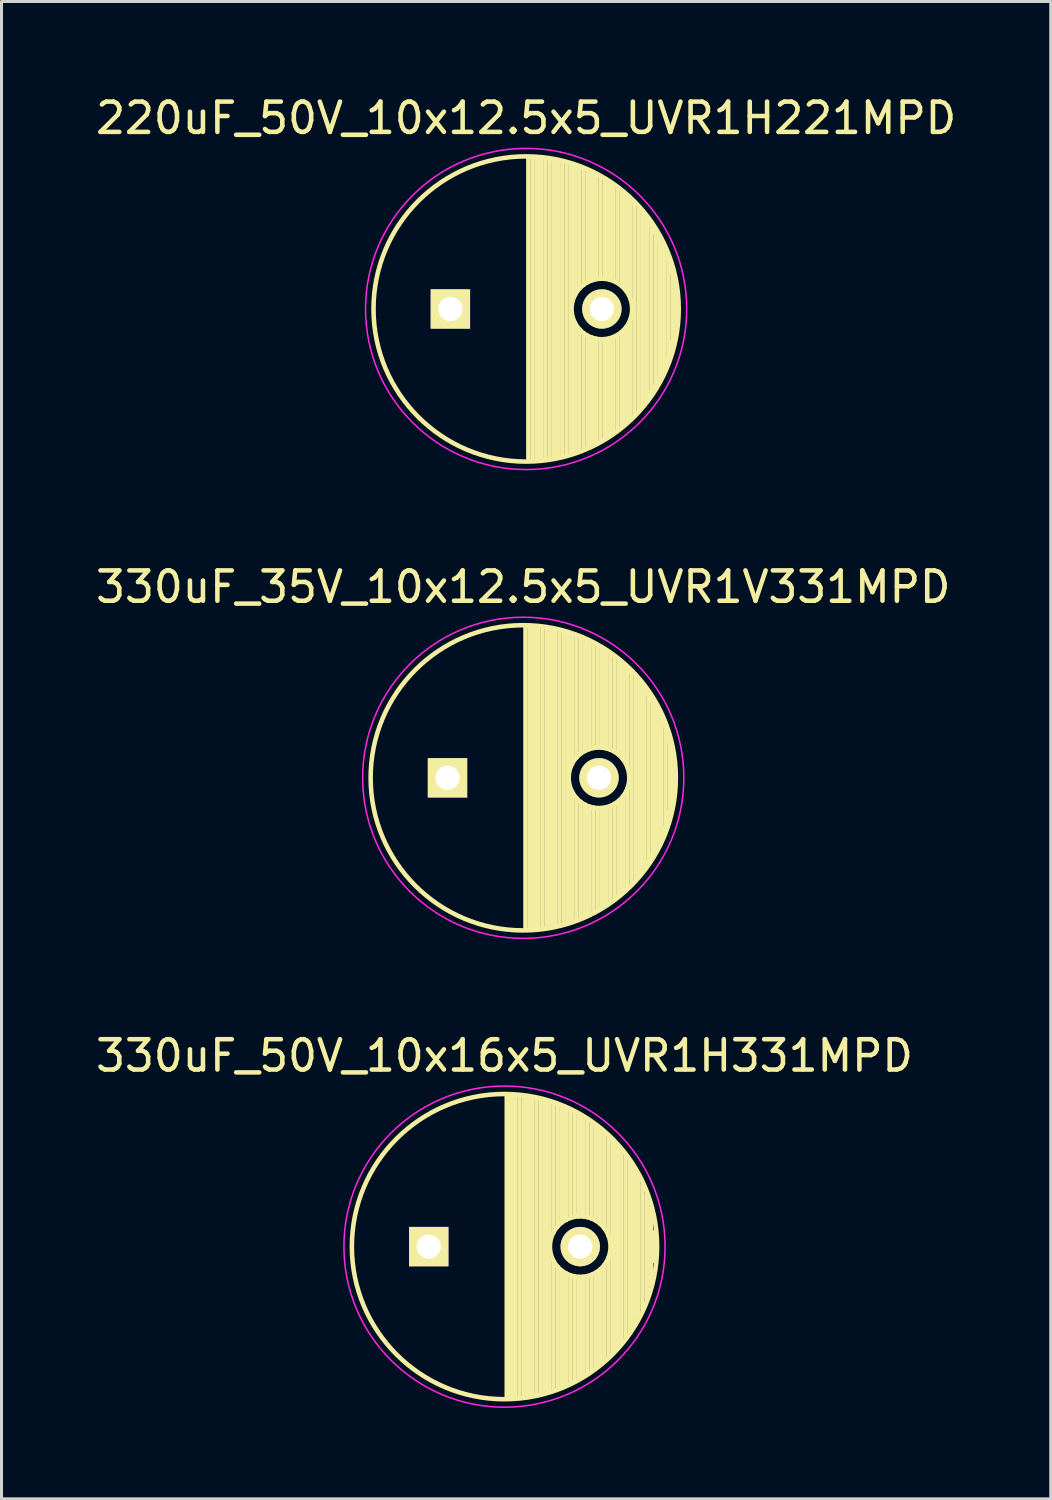
<source format=kicad_pcb>
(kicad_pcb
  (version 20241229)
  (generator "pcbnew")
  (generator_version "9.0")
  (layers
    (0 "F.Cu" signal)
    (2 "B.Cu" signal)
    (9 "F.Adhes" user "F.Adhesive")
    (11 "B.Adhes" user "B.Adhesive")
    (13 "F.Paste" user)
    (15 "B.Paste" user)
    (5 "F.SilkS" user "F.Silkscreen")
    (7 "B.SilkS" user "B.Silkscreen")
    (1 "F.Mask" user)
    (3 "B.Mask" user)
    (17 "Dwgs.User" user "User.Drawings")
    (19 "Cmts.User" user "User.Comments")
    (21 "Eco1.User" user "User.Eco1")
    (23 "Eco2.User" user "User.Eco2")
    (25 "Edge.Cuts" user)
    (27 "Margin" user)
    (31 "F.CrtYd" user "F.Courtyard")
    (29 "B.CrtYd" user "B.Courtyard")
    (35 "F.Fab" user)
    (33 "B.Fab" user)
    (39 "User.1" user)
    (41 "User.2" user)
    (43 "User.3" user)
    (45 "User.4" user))
  (footprint "330uF_50V_10x16x5_UVR1H331MPD"
    (layer "F.Cu")
    (at 13.601 38.095)
    (property "Reference" "330uF_50V_10x16x5_UVR1H331MPD" (at 0 -6.3 0) (layer "F.SilkS") (effects (font (size 1 1) (thickness 0.15))))
    (attr through_hole)
    (fp_line (start 0.075 -4.999) (end 0.075 4.999) (stroke (width 0.15) (type solid)) (layer "F.SilkS"))
    (fp_line (start 0.215 -4.995) (end 0.215 4.995) (stroke (width 0.15) (type solid)) (layer "F.SilkS"))
    (fp_line (start 0.355 -4.987) (end 0.355 4.987) (stroke (width 0.15) (type solid)) (layer "F.SilkS"))
    (fp_line (start 0.495 -4.975) (end 0.495 4.975) (stroke (width 0.15) (type solid)) (layer "F.SilkS"))
    (fp_line (start 0.635 -4.96) (end 0.635 4.96) (stroke (width 0.15) (type solid)) (layer "F.SilkS"))
    (fp_line (start 0.775 -4.94) (end 0.775 4.94) (stroke (width 0.15) (type solid)) (layer "F.SilkS"))
    (fp_line (start 0.915 -4.916) (end 0.915 4.916) (stroke (width 0.15) (type solid)) (layer "F.SilkS"))
    (fp_line (start 1.055 -4.887) (end 1.055 4.887) (stroke (width 0.15) (type solid)) (layer "F.SilkS"))
    (fp_line (start 1.195 -4.855) (end 1.195 4.855) (stroke (width 0.15) (type solid)) (layer "F.SilkS"))
    (fp_line (start 1.335 -4.818) (end 1.335 4.818) (stroke (width 0.15) (type solid)) (layer "F.SilkS"))
    (fp_line (start 1.475 -4.777) (end 1.475 4.777) (stroke (width 0.15) (type solid)) (layer "F.SilkS"))
    (fp_line (start 1.615 -4.732) (end 1.615 -0.466) (stroke (width 0.15) (type solid)) (layer "F.SilkS"))
    (fp_line (start 1.615 0.466) (end 1.615 4.732) (stroke (width 0.15) (type solid)) (layer "F.SilkS"))
    (fp_line (start 1.755 -4.682) (end 1.755 -0.667) (stroke (width 0.15) (type solid)) (layer "F.SilkS"))
    (fp_line (start 1.755 0.667) (end 1.755 4.682) (stroke (width 0.15) (type solid)) (layer "F.SilkS"))
    (fp_line (start 1.895 -4.627) (end 1.895 -0.796) (stroke (width 0.15) (type solid)) (layer "F.SilkS"))
    (fp_line (start 1.895 0.796) (end 1.895 4.627) (stroke (width 0.15) (type solid)) (layer "F.SilkS"))
    (fp_line (start 2.035 -4.567) (end 2.035 -0.885) (stroke (width 0.15) (type solid)) (layer "F.SilkS"))
    (fp_line (start 2.035 0.885) (end 2.035 4.567) (stroke (width 0.15) (type solid)) (layer "F.SilkS"))
    (fp_line (start 2.175 -4.502) (end 2.175 -0.946) (stroke (width 0.15) (type solid)) (layer "F.SilkS"))
    (fp_line (start 2.175 0.946) (end 2.175 4.502) (stroke (width 0.15) (type solid)) (layer "F.SilkS"))
    (fp_line (start 2.315 -4.432) (end 2.315 -0.983) (stroke (width 0.15) (type solid)) (layer "F.SilkS"))
    (fp_line (start 2.315 0.983) (end 2.315 4.432) (stroke (width 0.15) (type solid)) (layer "F.SilkS"))
    (fp_line (start 2.455 -4.356) (end 2.455 -0.999) (stroke (width 0.15) (type solid)) (layer "F.SilkS"))
    (fp_line (start 2.455 0.999) (end 2.455 4.356) (stroke (width 0.15) (type solid)) (layer "F.SilkS"))
    (fp_line (start 2.595 -4.274) (end 2.595 -0.995) (stroke (width 0.15) (type solid)) (layer "F.SilkS"))
    (fp_line (start 2.595 0.995) (end 2.595 4.274) (stroke (width 0.15) (type solid)) (layer "F.SilkS"))
    (fp_line (start 2.735 -4.186) (end 2.735 -0.972) (stroke (width 0.15) (type solid)) (layer "F.SilkS"))
    (fp_line (start 2.735 0.972) (end 2.735 4.186) (stroke (width 0.15) (type solid)) (layer "F.SilkS"))
    (fp_line (start 2.875 -4.091) (end 2.875 -0.927) (stroke (width 0.15) (type solid)) (layer "F.SilkS"))
    (fp_line (start 2.875 0.927) (end 2.875 4.091) (stroke (width 0.15) (type solid)) (layer "F.SilkS"))
    (fp_line (start 3.015 -3.989) (end 3.015 -0.857) (stroke (width 0.15) (type solid)) (layer "F.SilkS"))
    (fp_line (start 3.015 0.857) (end 3.015 3.989) (stroke (width 0.15) (type solid)) (layer "F.SilkS"))
    (fp_line (start 3.155 -3.879) (end 3.155 -0.756) (stroke (width 0.15) (type solid)) (layer "F.SilkS"))
    (fp_line (start 3.155 0.756) (end 3.155 3.879) (stroke (width 0.15) (type solid)) (layer "F.SilkS"))
    (fp_line (start 3.295 -3.761) (end 3.295 -0.607) (stroke (width 0.15) (type solid)) (layer "F.SilkS"))
    (fp_line (start 3.295 0.607) (end 3.295 3.761) (stroke (width 0.15) (type solid)) (layer "F.SilkS"))
    (fp_line (start 3.435 -3.633) (end 3.435 -0.355) (stroke (width 0.15) (type solid)) (layer "F.SilkS"))
    (fp_line (start 3.435 0.355) (end 3.435 3.633) (stroke (width 0.15) (type solid)) (layer "F.SilkS"))
    (fp_line (start 3.575 -3.496) (end 3.575 3.496) (stroke (width 0.15) (type solid)) (layer "F.SilkS"))
    (fp_line (start 3.715 -3.346) (end 3.715 3.346) (stroke (width 0.15) (type solid)) (layer "F.SilkS"))
    (fp_line (start 3.855 -3.184) (end 3.855 3.184) (stroke (width 0.15) (type solid)) (layer "F.SilkS"))
    (fp_line (start 3.995 -3.007) (end 3.995 3.007) (stroke (width 0.15) (type solid)) (layer "F.SilkS"))
    (fp_line (start 4.135 -2.811) (end 4.135 2.811) (stroke (width 0.15) (type solid)) (layer "F.SilkS"))
    (fp_line (start 4.275 -2.593) (end 4.275 2.593) (stroke (width 0.15) (type solid)) (layer "F.SilkS"))
    (fp_line (start 4.415 -2.347) (end 4.415 2.347) (stroke (width 0.15) (type solid)) (layer "F.SilkS"))
    (fp_line (start 4.555 -2.062) (end 4.555 2.062) (stroke (width 0.15) (type solid)) (layer "F.SilkS"))
    (fp_line (start 4.695 -1.72) (end 4.695 1.72) (stroke (width 0.15) (type solid)) (layer "F.SilkS"))
    (fp_line (start 4.835 -1.274) (end 4.835 1.274) (stroke (width 0.15) (type solid)) (layer "F.SilkS"))
    (fp_line (start 4.975 -0.499) (end 4.975 0.499) (stroke (width 0.15) (type solid)) (layer "F.SilkS"))
    (fp_circle (center 0 0) (end 0 -5.037) (stroke (width 0.15) (type solid)) (fill no) (layer "F.SilkS"))
    (fp_circle (center 2.5 0) (end 2.5 -1) (stroke (width 0.15) (type solid)) (fill no) (layer "F.SilkS"))
    (fp_circle (center 0 0) (end 0 -5.3) (stroke (width 0.05) (type solid)) (fill no) (layer "F.CrtYd"))
    (pad "1" thru_hole rect (at -2.5 0) (size 1.3 1.3) (drill 0.8) (layers "*.Cu" "*.Mask" "F.SilkS"))
    (pad "2" thru_hole circle (at 2.5 0) (size 1.3 1.3) (drill 0.8) (layers "*.Cu" "*.Mask" "F.SilkS")))
  (footprint "220uF_50V_10x12.5x5_UVR1H221MPD"
    (layer "F.Cu")
    (at 14.315 7.148)
    (property "Reference" "220uF_50V_10x12.5x5_UVR1H221MPD" (at 0 -6.3 0) (layer "F.SilkS") (effects (font (size 1 1) (thickness 0.15))))
    (attr through_hole)
    (fp_line (start 0.075 -4.999) (end 0.075 4.999) (stroke (width 0.15) (type solid)) (layer "F.SilkS"))
    (fp_line (start 0.215 -4.995) (end 0.215 4.995) (stroke (width 0.15) (type solid)) (layer "F.SilkS"))
    (fp_line (start 0.355 -4.987) (end 0.355 4.987) (stroke (width 0.15) (type solid)) (layer "F.SilkS"))
    (fp_line (start 0.495 -4.975) (end 0.495 4.975) (stroke (width 0.15) (type solid)) (layer "F.SilkS"))
    (fp_line (start 0.635 -4.96) (end 0.635 4.96) (stroke (width 0.15) (type solid)) (layer "F.SilkS"))
    (fp_line (start 0.775 -4.94) (end 0.775 4.94) (stroke (width 0.15) (type solid)) (layer "F.SilkS"))
    (fp_line (start 0.915 -4.916) (end 0.915 4.916) (stroke (width 0.15) (type solid)) (layer "F.SilkS"))
    (fp_line (start 1.055 -4.887) (end 1.055 4.887) (stroke (width 0.15) (type solid)) (layer "F.SilkS"))
    (fp_line (start 1.195 -4.855) (end 1.195 4.855) (stroke (width 0.15) (type solid)) (layer "F.SilkS"))
    (fp_line (start 1.335 -4.818) (end 1.335 4.818) (stroke (width 0.15) (type solid)) (layer "F.SilkS"))
    (fp_line (start 1.475 -4.777) (end 1.475 4.777) (stroke (width 0.15) (type solid)) (layer "F.SilkS"))
    (fp_line (start 1.615 -4.732) (end 1.615 -0.466) (stroke (width 0.15) (type solid)) (layer "F.SilkS"))
    (fp_line (start 1.615 0.466) (end 1.615 4.732) (stroke (width 0.15) (type solid)) (layer "F.SilkS"))
    (fp_line (start 1.755 -4.682) (end 1.755 -0.667) (stroke (width 0.15) (type solid)) (layer "F.SilkS"))
    (fp_line (start 1.755 0.667) (end 1.755 4.682) (stroke (width 0.15) (type solid)) (layer "F.SilkS"))
    (fp_line (start 1.895 -4.627) (end 1.895 -0.796) (stroke (width 0.15) (type solid)) (layer "F.SilkS"))
    (fp_line (start 1.895 0.796) (end 1.895 4.627) (stroke (width 0.15) (type solid)) (layer "F.SilkS"))
    (fp_line (start 2.035 -4.567) (end 2.035 -0.885) (stroke (width 0.15) (type solid)) (layer "F.SilkS"))
    (fp_line (start 2.035 0.885) (end 2.035 4.567) (stroke (width 0.15) (type solid)) (layer "F.SilkS"))
    (fp_line (start 2.175 -4.502) (end 2.175 -0.946) (stroke (width 0.15) (type solid)) (layer "F.SilkS"))
    (fp_line (start 2.175 0.946) (end 2.175 4.502) (stroke (width 0.15) (type solid)) (layer "F.SilkS"))
    (fp_line (start 2.315 -4.432) (end 2.315 -0.983) (stroke (width 0.15) (type solid)) (layer "F.SilkS"))
    (fp_line (start 2.315 0.983) (end 2.315 4.432) (stroke (width 0.15) (type solid)) (layer "F.SilkS"))
    (fp_line (start 2.455 -4.356) (end 2.455 -0.999) (stroke (width 0.15) (type solid)) (layer "F.SilkS"))
    (fp_line (start 2.455 0.999) (end 2.455 4.356) (stroke (width 0.15) (type solid)) (layer "F.SilkS"))
    (fp_line (start 2.595 -4.274) (end 2.595 -0.995) (stroke (width 0.15) (type solid)) (layer "F.SilkS"))
    (fp_line (start 2.595 0.995) (end 2.595 4.274) (stroke (width 0.15) (type solid)) (layer "F.SilkS"))
    (fp_line (start 2.735 -4.186) (end 2.735 -0.972) (stroke (width 0.15) (type solid)) (layer "F.SilkS"))
    (fp_line (start 2.735 0.972) (end 2.735 4.186) (stroke (width 0.15) (type solid)) (layer "F.SilkS"))
    (fp_line (start 2.875 -4.091) (end 2.875 -0.927) (stroke (width 0.15) (type solid)) (layer "F.SilkS"))
    (fp_line (start 2.875 0.927) (end 2.875 4.091) (stroke (width 0.15) (type solid)) (layer "F.SilkS"))
    (fp_line (start 3.015 -3.989) (end 3.015 -0.857) (stroke (width 0.15) (type solid)) (layer "F.SilkS"))
    (fp_line (start 3.015 0.857) (end 3.015 3.989) (stroke (width 0.15) (type solid)) (layer "F.SilkS"))
    (fp_line (start 3.155 -3.879) (end 3.155 -0.756) (stroke (width 0.15) (type solid)) (layer "F.SilkS"))
    (fp_line (start 3.155 0.756) (end 3.155 3.879) (stroke (width 0.15) (type solid)) (layer "F.SilkS"))
    (fp_line (start 3.2 -3.7) (end 3.5 -3.5) (stroke (width 0.15) (type solid)) (layer "F.SilkS"))
    (fp_line (start 3.295 -3.761) (end 3.295 -0.607) (stroke (width 0.15) (type solid)) (layer "F.SilkS"))
    (fp_line (start 3.295 0.607) (end 3.295 3.761) (stroke (width 0.15) (type solid)) (layer "F.SilkS"))
    (fp_line (start 3.435 -3.633) (end 3.435 -0.355) (stroke (width 0.15) (type solid)) (layer "F.SilkS"))
    (fp_line (start 3.435 0.355) (end 3.435 3.633) (stroke (width 0.15) (type solid)) (layer "F.SilkS"))
    (fp_line (start 3.575 -3.496) (end 3.575 3.496) (stroke (width 0.15) (type solid)) (layer "F.SilkS"))
    (fp_line (start 3.715 -3.346) (end 3.715 3.346) (stroke (width 0.15) (type solid)) (layer "F.SilkS"))
    (fp_line (start 3.855 -3.184) (end 3.855 3.184) (stroke (width 0.15) (type solid)) (layer "F.SilkS"))
    (fp_line (start 3.995 -3.007) (end 3.995 3.007) (stroke (width 0.15) (type solid)) (layer "F.SilkS"))
    (fp_line (start 4.1 -2.8) (end 4.7 -1.7) (stroke (width 0.15) (type solid)) (layer "F.SilkS"))
    (fp_line (start 4.135 -2.811) (end 4.135 2.811) (stroke (width 0.15) (type solid)) (layer "F.SilkS"))
    (fp_line (start 4.275 -2.593) (end 4.275 2.593) (stroke (width 0.15) (type solid)) (layer "F.SilkS"))
    (fp_line (start 4.4 2.3) (end 4.1 2.8) (stroke (width 0.15) (type solid)) (layer "F.SilkS"))
    (fp_line (start 4.415 -2.347) (end 4.415 2.347) (stroke (width 0.15) (type solid)) (layer "F.SilkS"))
    (fp_line (start 4.555 -2.062) (end 4.555 2.062) (stroke (width 0.15) (type solid)) (layer "F.SilkS"))
    (fp_line (start 4.695 -1.72) (end 4.695 1.72) (stroke (width 0.15) (type solid)) (layer "F.SilkS"))
    (fp_line (start 4.7 -1.7) (end 4.8 -1.2) (stroke (width 0.15) (type solid)) (layer "F.SilkS"))
    (fp_line (start 4.7 1.6) (end 4.4 2.3) (stroke (width 0.15) (type solid)) (layer "F.SilkS"))
    (fp_line (start 4.8 1.1) (end 4.7 1.6) (stroke (width 0.15) (type solid)) (layer "F.SilkS"))
    (fp_line (start 4.835 -1.274) (end 4.835 1.274) (stroke (width 0.15) (type solid)) (layer "F.SilkS"))
    (fp_line (start 4.9 -0.8) (end 4.9 0.8) (stroke (width 0.15) (type solid)) (layer "F.SilkS"))
    (fp_line (start 4.975 -0.499) (end 4.975 0.499) (stroke (width 0.15) (type solid)) (layer "F.SilkS"))
    (fp_circle (center 0 0) (end 0 -5.037) (stroke (width 0.15) (type solid)) (fill no) (layer "F.SilkS"))
    (fp_circle (center 2.5 0) (end 2.5 -1) (stroke (width 0.15) (type solid)) (fill no) (layer "F.SilkS"))
    (fp_circle (center 0 0) (end 0 -5.3) (stroke (width 0.05) (type solid)) (fill no) (layer "F.CrtYd"))
    (pad "1" thru_hole rect (at -2.5 0) (size 1.3 1.3) (drill 0.8) (layers "*.Cu" "*.Mask" "F.SilkS"))
    (pad "2" thru_hole circle (at 2.5 0) (size 1.3 1.3) (drill 0.8) (layers "*.Cu" "*.Mask" "F.SilkS")))
  (footprint "330uF_35V_10x12.5x5_UVR1V331MPD"
    (layer "F.Cu")
    (at 14.22 22.622)
    (property "Reference" "330uF_35V_10x12.5x5_UVR1V331MPD" (at 0 -6.3 0) (layer "F.SilkS") (effects (font (size 1 1) (thickness 0.15))))
    (attr through_hole)
    (fp_line (start 0.075 -4.999) (end 0.075 4.999) (stroke (width 0.15) (type solid)) (layer "F.SilkS"))
    (fp_line (start 0.215 -4.995) (end 0.215 4.995) (stroke (width 0.15) (type solid)) (layer "F.SilkS"))
    (fp_line (start 0.355 -4.987) (end 0.355 4.987) (stroke (width 0.15) (type solid)) (layer "F.SilkS"))
    (fp_line (start 0.495 -4.975) (end 0.495 4.975) (stroke (width 0.15) (type solid)) (layer "F.SilkS"))
    (fp_line (start 0.635 -4.96) (end 0.635 4.96) (stroke (width 0.15) (type solid)) (layer "F.SilkS"))
    (fp_line (start 0.775 -4.94) (end 0.775 4.94) (stroke (width 0.15) (type solid)) (layer "F.SilkS"))
    (fp_line (start 0.915 -4.916) (end 0.915 4.916) (stroke (width 0.15) (type solid)) (layer "F.SilkS"))
    (fp_line (start 1.055 -4.887) (end 1.055 4.887) (stroke (width 0.15) (type solid)) (layer "F.SilkS"))
    (fp_line (start 1.195 -4.855) (end 1.195 4.855) (stroke (width 0.15) (type solid)) (layer "F.SilkS"))
    (fp_line (start 1.335 -4.818) (end 1.335 4.818) (stroke (width 0.15) (type solid)) (layer "F.SilkS"))
    (fp_line (start 1.475 -4.777) (end 1.475 4.777) (stroke (width 0.15) (type solid)) (layer "F.SilkS"))
    (fp_line (start 1.615 -4.732) (end 1.615 -0.466) (stroke (width 0.15) (type solid)) (layer "F.SilkS"))
    (fp_line (start 1.615 0.466) (end 1.615 4.732) (stroke (width 0.15) (type solid)) (layer "F.SilkS"))
    (fp_line (start 1.755 -4.682) (end 1.755 -0.667) (stroke (width 0.15) (type solid)) (layer "F.SilkS"))
    (fp_line (start 1.755 0.667) (end 1.755 4.682) (stroke (width 0.15) (type solid)) (layer "F.SilkS"))
    (fp_line (start 1.895 -4.627) (end 1.895 -0.796) (stroke (width 0.15) (type solid)) (layer "F.SilkS"))
    (fp_line (start 1.895 0.796) (end 1.895 4.627) (stroke (width 0.15) (type solid)) (layer "F.SilkS"))
    (fp_line (start 2.035 -4.567) (end 2.035 -0.885) (stroke (width 0.15) (type solid)) (layer "F.SilkS"))
    (fp_line (start 2.035 0.885) (end 2.035 4.567) (stroke (width 0.15) (type solid)) (layer "F.SilkS"))
    (fp_line (start 2.175 -4.502) (end 2.175 -0.946) (stroke (width 0.15) (type solid)) (layer "F.SilkS"))
    (fp_line (start 2.175 0.946) (end 2.175 4.502) (stroke (width 0.15) (type solid)) (layer "F.SilkS"))
    (fp_line (start 2.315 -4.432) (end 2.315 -0.983) (stroke (width 0.15) (type solid)) (layer "F.SilkS"))
    (fp_line (start 2.315 0.983) (end 2.315 4.432) (stroke (width 0.15) (type solid)) (layer "F.SilkS"))
    (fp_line (start 2.455 -4.356) (end 2.455 -0.999) (stroke (width 0.15) (type solid)) (layer "F.SilkS"))
    (fp_line (start 2.455 0.999) (end 2.455 4.356) (stroke (width 0.15) (type solid)) (layer "F.SilkS"))
    (fp_line (start 2.595 -4.274) (end 2.595 -0.995) (stroke (width 0.15) (type solid)) (layer "F.SilkS"))
    (fp_line (start 2.595 0.995) (end 2.595 4.274) (stroke (width 0.15) (type solid)) (layer "F.SilkS"))
    (fp_line (start 2.735 -4.186) (end 2.735 -0.972) (stroke (width 0.15) (type solid)) (layer "F.SilkS"))
    (fp_line (start 2.735 0.972) (end 2.735 4.186) (stroke (width 0.15) (type solid)) (layer "F.SilkS"))
    (fp_line (start 2.875 -4.091) (end 2.875 -0.927) (stroke (width 0.15) (type solid)) (layer "F.SilkS"))
    (fp_line (start 2.875 0.927) (end 2.875 4.091) (stroke (width 0.15) (type solid)) (layer "F.SilkS"))
    (fp_line (start 3.015 -3.989) (end 3.015 -0.857) (stroke (width 0.15) (type solid)) (layer "F.SilkS"))
    (fp_line (start 3.015 0.857) (end 3.015 3.989) (stroke (width 0.15) (type solid)) (layer "F.SilkS"))
    (fp_line (start 3.155 -3.879) (end 3.155 -0.756) (stroke (width 0.15) (type solid)) (layer "F.SilkS"))
    (fp_line (start 3.155 0.756) (end 3.155 3.879) (stroke (width 0.15) (type solid)) (layer "F.SilkS"))
    (fp_line (start 3.2 -3.7) (end 3.5 -3.5) (stroke (width 0.15) (type solid)) (layer "F.SilkS"))
    (fp_line (start 3.295 -3.761) (end 3.295 -0.607) (stroke (width 0.15) (type solid)) (layer "F.SilkS"))
    (fp_line (start 3.295 0.607) (end 3.295 3.761) (stroke (width 0.15) (type solid)) (layer "F.SilkS"))
    (fp_line (start 3.435 -3.633) (end 3.435 -0.355) (stroke (width 0.15) (type solid)) (layer "F.SilkS"))
    (fp_line (start 3.435 0.355) (end 3.435 3.633) (stroke (width 0.15) (type solid)) (layer "F.SilkS"))
    (fp_line (start 3.575 -3.496) (end 3.575 3.496) (stroke (width 0.15) (type solid)) (layer "F.SilkS"))
    (fp_line (start 3.715 -3.346) (end 3.715 3.346) (stroke (width 0.15) (type solid)) (layer "F.SilkS"))
    (fp_line (start 3.855 -3.184) (end 3.855 3.184) (stroke (width 0.15) (type solid)) (layer "F.SilkS"))
    (fp_line (start 3.995 -3.007) (end 3.995 3.007) (stroke (width 0.15) (type solid)) (layer "F.SilkS"))
    (fp_line (start 4.1 -2.8) (end 4.7 -1.7) (stroke (width 0.15) (type solid)) (layer "F.SilkS"))
    (fp_line (start 4.135 -2.811) (end 4.135 2.811) (stroke (width 0.15) (type solid)) (layer "F.SilkS"))
    (fp_line (start 4.275 -2.593) (end 4.275 2.593) (stroke (width 0.15) (type solid)) (layer "F.SilkS"))
    (fp_line (start 4.4 2.3) (end 4.1 2.8) (stroke (width 0.15) (type solid)) (layer "F.SilkS"))
    (fp_line (start 4.415 -2.347) (end 4.415 2.347) (stroke (width 0.15) (type solid)) (layer "F.SilkS"))
    (fp_line (start 4.555 -2.062) (end 4.555 2.062) (stroke (width 0.15) (type solid)) (layer "F.SilkS"))
    (fp_line (start 4.695 -1.72) (end 4.695 1.72) (stroke (width 0.15) (type solid)) (layer "F.SilkS"))
    (fp_line (start 4.7 -1.7) (end 4.8 -1.2) (stroke (width 0.15) (type solid)) (layer "F.SilkS"))
    (fp_line (start 4.7 1.6) (end 4.4 2.3) (stroke (width 0.15) (type solid)) (layer "F.SilkS"))
    (fp_line (start 4.8 1.1) (end 4.7 1.6) (stroke (width 0.15) (type solid)) (layer "F.SilkS"))
    (fp_line (start 4.835 -1.274) (end 4.835 1.274) (stroke (width 0.15) (type solid)) (layer "F.SilkS"))
    (fp_line (start 4.9 -0.8) (end 4.9 0.8) (stroke (width 0.15) (type solid)) (layer "F.SilkS"))
    (fp_line (start 4.975 -0.499) (end 4.975 0.499) (stroke (width 0.15) (type solid)) (layer "F.SilkS"))
    (fp_circle (center 0 0) (end 0 -5.037) (stroke (width 0.15) (type solid)) (fill no) (layer "F.SilkS"))
    (fp_circle (center 2.5 0) (end 2.5 -1) (stroke (width 0.15) (type solid)) (fill no) (layer "F.SilkS"))
    (fp_circle (center 0 0) (end 0 -5.3) (stroke (width 0.05) (type solid)) (fill no) (layer "F.CrtYd"))
    (pad "1" thru_hole rect (at -2.5 0) (size 1.3 1.3) (drill 0.8) (layers "*.Cu" "*.Mask" "F.SilkS"))
    (pad "2" thru_hole circle (at 2.5 0) (size 1.3 1.3) (drill 0.8) (layers "*.Cu" "*.Mask" "F.SilkS")))
  (gr_rect
    (start -3 -3)
    (end 31.631 46.42)
    (stroke (width 0.1) (type default))
    (fill no)
    (layer "Edge.Cuts")))
</source>
